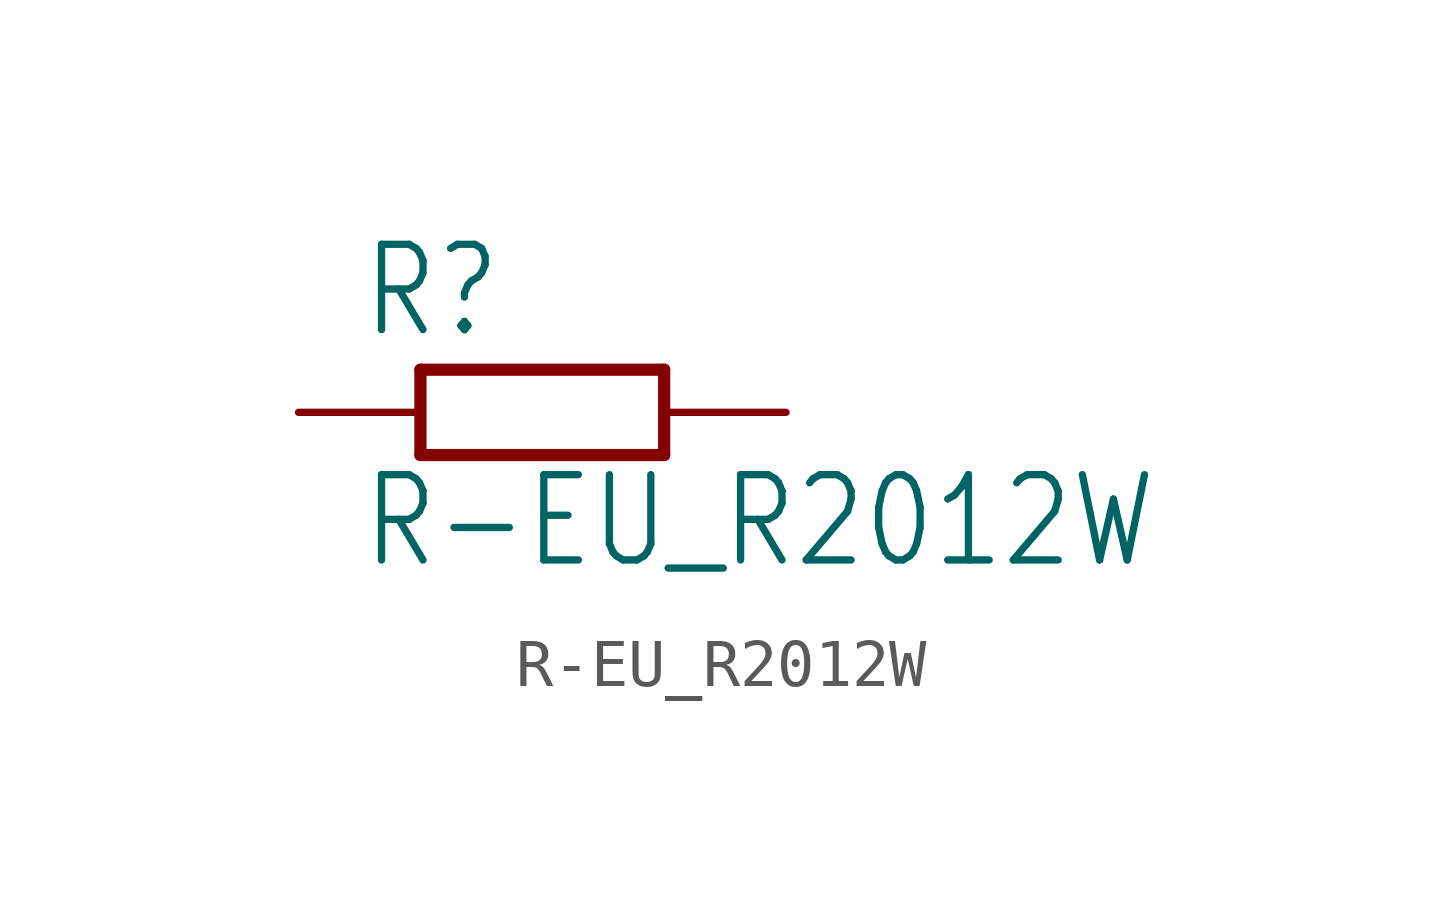
<source format=kicad_sym>
(kicad_symbol_lib
  (version 20211014)
  (generator kicad_symbol_editor)
  (symbol "R-EU_R2012W"
    (property "Reference" "R"
      (at -3.81 1.499 0)
      (effects (font (size 1.778 1.511)) (justify left bottom)))
    (property "Value" "R-EU_R2012W"
      (at -3.81 -3.302 0)
      (effects (font (size 1.778 1.511)) (justify left bottom)))
    (property "ki_locked" ""
      (at 0 0 0)
      (effects (font (size 1.27 1.27))))
    (symbol "R-EU_R2012W_1_0"
      (polyline (pts (xy -2.54 -0.889) (xy -2.54 0.889)) (stroke (width 0.254) (type default) (color 0 0 0 0)) (fill (type none)))
      (polyline (pts (xy -2.54 -0.889) (xy 2.54 -0.889)) (stroke (width 0.254) (type default) (color 0 0 0 0)) (fill (type none)))
      (polyline (pts (xy 2.54 -0.889) (xy 2.54 0.889)) (stroke (width 0.254) (type default) (color 0 0 0 0)) (fill (type none)))
      (polyline (pts (xy 2.54 0.889) (xy -2.54 0.889)) (stroke (width 0.254) (type default) (color 0 0 0 0)) (fill (type none)))
      (pin passive line (at -5.08 0 0) (length 2.54) (name "1" (effects (font (size 0 0)))) (number "1" (effects (font (size 0 0)))))
      (pin passive line (at 5.08 0 180) (length 2.54) (name "2" (effects (font (size 0 0)))) (number "2" (effects (font (size 0 0))))))))
</source>
